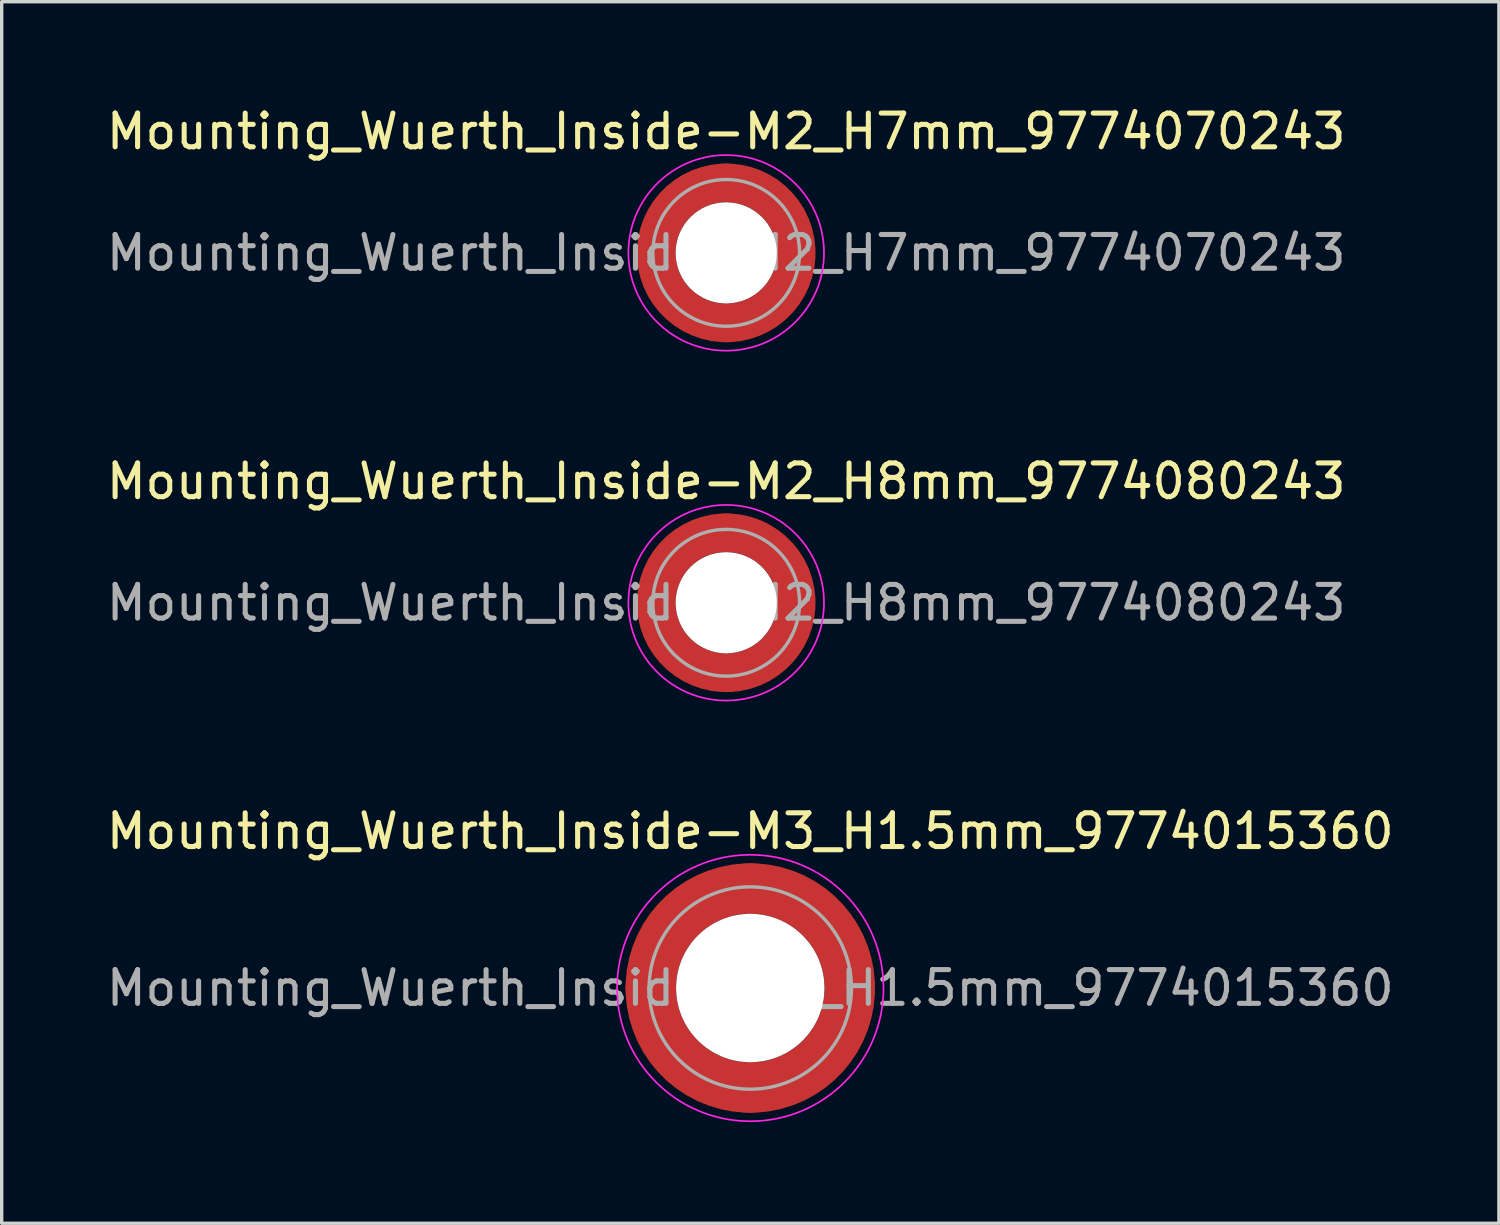
<source format=kicad_pcb>
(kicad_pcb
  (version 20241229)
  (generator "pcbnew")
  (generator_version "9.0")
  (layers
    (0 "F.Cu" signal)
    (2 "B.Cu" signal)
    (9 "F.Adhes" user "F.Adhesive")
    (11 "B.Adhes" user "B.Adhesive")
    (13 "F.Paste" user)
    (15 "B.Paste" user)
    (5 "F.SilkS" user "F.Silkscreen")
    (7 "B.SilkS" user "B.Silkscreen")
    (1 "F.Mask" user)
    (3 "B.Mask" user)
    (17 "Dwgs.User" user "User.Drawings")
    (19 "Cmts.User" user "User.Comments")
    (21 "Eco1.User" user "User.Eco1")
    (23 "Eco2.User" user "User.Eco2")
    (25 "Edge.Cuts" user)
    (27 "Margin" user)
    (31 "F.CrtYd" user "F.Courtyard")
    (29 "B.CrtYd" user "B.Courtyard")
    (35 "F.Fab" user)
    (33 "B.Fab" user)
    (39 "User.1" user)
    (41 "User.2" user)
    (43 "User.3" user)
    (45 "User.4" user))
  (footprint "Mounting_Wuerth_Inside-M2_H7mm_9774070243"
    (layer "F.Cu")
    (at 18.482 4.448)
    (property "Reference" "Mounting_Wuerth_Inside-M2_H7mm_9774070243" (at 0 -3.6 0) (layer "F.SilkS") (effects (font (size 1 1) (thickness 0.15))))
    (attr smd)
    (fp_circle (center 0 0) (end 2.9 0) (stroke (width 0.05) (type solid)) (fill no) (layer "F.CrtYd"))
    (fp_circle (center 0 0) (end 2.175 0) (stroke (width 0.1) (type solid)) (fill no) (layer "F.Fab"))
    (fp_text user "${REFERENCE}" (at 0 0 0) (layer "F.Fab") (effects (font (size 1 1) (thickness 0.15))))
    (pad "" smd custom (at -1.453 -1.453) (size 1.01 1.01) (layers "F.Paste") (options (anchor circle)) (primitives (gr_arc (start -0.262632 0.900604) (mid 0.178544 0.178544) (end 0.900604 -0.262632) (width 0.505)) (gr_arc (start -0.526231 0.900604) (mid 0 0) (end 0.900604 -0.526231) (width 0.505)) (gr_arc (start -0.787275 0.900604) (mid -0.178545 -0.178545) (end 0.900604 -0.787275) (width 0.505)) (gr_line (start 0.901 -0.263) (end 0.901 -0.787) (width 0.505)) (gr_line (start -0.263 0.901) (end -0.787 0.901) (width 0.505))))
    (pad "" smd custom (at -1.453 1.453) (size 1.01 1.01) (layers "F.Paste") (options (anchor circle)) (primitives (gr_arc (start 0.900604 0.262632) (mid 0.178544 -0.178544) (end -0.262632 -0.900604) (width 0.505)) (gr_arc (start 0.900604 0.526231) (mid 0 0) (end -0.526231 -0.900604) (width 0.505)) (gr_arc (start 0.900604 0.787275) (mid -0.178545 0.178545) (end -0.787275 -0.900604) (width 0.505)) (gr_line (start -0.263 -0.901) (end -0.787 -0.901) (width 0.505)) (gr_line (start 0.901 0.263) (end 0.901 0.787) (width 0.505))))
    (pad "" np_thru_hole circle (at 0 0) (size 3 3) (drill 3) (layers "*.Cu" "*.Mask"))
    (pad "" smd custom (at 1.453 -1.453) (size 1.01 1.01) (layers "F.Paste") (options (anchor circle)) (primitives (gr_arc (start -0.900604 -0.262632) (mid -0.178544 0.178544) (end 0.262632 0.900604) (width 0.505)) (gr_arc (start -0.900604 -0.526231) (mid 0 0) (end 0.526231 0.900604) (width 0.505)) (gr_arc (start -0.900604 -0.787275) (mid 0.178545 -0.178545) (end 0.787275 0.900604) (width 0.505)) (gr_line (start 0.263 0.901) (end 0.787 0.901) (width 0.505)) (gr_line (start -0.901 -0.263) (end -0.901 -0.787) (width 0.505))))
    (pad "" smd custom (at 1.453 1.453) (size 1.01 1.01) (layers "F.Paste") (options (anchor circle)) (primitives (gr_arc (start 0.262632 -0.900604) (mid -0.178544 -0.178544) (end -0.900604 0.262632) (width 0.505)) (gr_arc (start 0.526231 -0.900604) (mid 0 0) (end -0.900604 0.526231) (width 0.505)) (gr_arc (start 0.787275 -0.900604) (mid 0.178545 0.178545) (end -0.900604 0.787275) (width 0.505)) (gr_line (start -0.901 0.263) (end -0.901 0.787) (width 0.505)) (gr_line (start 0.263 -0.901) (end 0.787 -0.901) (width 0.505))))
    (pad "1" smd circle (at -2.075 0) (size 1.15 1.15) (layers "F.Cu"))
    (pad "1" smd circle (at 0 -2.075) (size 1.15 1.15) (layers "F.Cu"))
    (pad "1" smd circle (at 0 2.075) (size 1.15 1.15) (layers "F.Cu"))
    (pad "1" smd custom (at 2.075 0) (size 1.15 1.15) (layers "F.Cu" "F.Mask") (options (anchor circle)) (primitives (gr_circle (center -2.075 0) (end 0 0) (width 1.15) (fill no)))))
  (footprint "Mounting_Wuerth_Inside-M2_H8mm_9774080243"
    (layer "F.Cu")
    (at 18.482 14.822)
    (property "Reference" "Mounting_Wuerth_Inside-M2_H8mm_9774080243" (at 0 -3.6 0) (layer "F.SilkS") (effects (font (size 1 1) (thickness 0.15))))
    (attr smd)
    (fp_circle (center 0 0) (end 2.9 0) (stroke (width 0.05) (type solid)) (fill no) (layer "F.CrtYd"))
    (fp_circle (center 0 0) (end 2.175 0) (stroke (width 0.1) (type solid)) (fill no) (layer "F.Fab"))
    (fp_text user "${REFERENCE}" (at 0 0 0) (layer "F.Fab") (effects (font (size 1 1) (thickness 0.15))))
    (pad "" smd custom (at -1.453 -1.453) (size 1.01 1.01) (layers "F.Paste") (options (anchor circle)) (primitives (gr_arc (start -0.262632 0.900604) (mid 0.178544 0.178544) (end 0.900604 -0.262632) (width 0.505)) (gr_arc (start -0.526231 0.900604) (mid 0 0) (end 0.900604 -0.526231) (width 0.505)) (gr_arc (start -0.787275 0.900604) (mid -0.178545 -0.178545) (end 0.900604 -0.787275) (width 0.505)) (gr_line (start 0.901 -0.263) (end 0.901 -0.787) (width 0.505)) (gr_line (start -0.263 0.901) (end -0.787 0.901) (width 0.505))))
    (pad "" smd custom (at -1.453 1.453) (size 1.01 1.01) (layers "F.Paste") (options (anchor circle)) (primitives (gr_arc (start 0.900604 0.262632) (mid 0.178544 -0.178544) (end -0.262632 -0.900604) (width 0.505)) (gr_arc (start 0.900604 0.526231) (mid 0 0) (end -0.526231 -0.900604) (width 0.505)) (gr_arc (start 0.900604 0.787275) (mid -0.178545 0.178545) (end -0.787275 -0.900604) (width 0.505)) (gr_line (start -0.263 -0.901) (end -0.787 -0.901) (width 0.505)) (gr_line (start 0.901 0.263) (end 0.901 0.787) (width 0.505))))
    (pad "" np_thru_hole circle (at 0 0) (size 3 3) (drill 3) (layers "*.Cu" "*.Mask"))
    (pad "" smd custom (at 1.453 -1.453) (size 1.01 1.01) (layers "F.Paste") (options (anchor circle)) (primitives (gr_arc (start -0.900604 -0.262632) (mid -0.178544 0.178544) (end 0.262632 0.900604) (width 0.505)) (gr_arc (start -0.900604 -0.526231) (mid 0 0) (end 0.526231 0.900604) (width 0.505)) (gr_arc (start -0.900604 -0.787275) (mid 0.178545 -0.178545) (end 0.787275 0.900604) (width 0.505)) (gr_line (start 0.263 0.901) (end 0.787 0.901) (width 0.505)) (gr_line (start -0.901 -0.263) (end -0.901 -0.787) (width 0.505))))
    (pad "" smd custom (at 1.453 1.453) (size 1.01 1.01) (layers "F.Paste") (options (anchor circle)) (primitives (gr_arc (start 0.262632 -0.900604) (mid -0.178544 -0.178544) (end -0.900604 0.262632) (width 0.505)) (gr_arc (start 0.526231 -0.900604) (mid 0 0) (end -0.900604 0.526231) (width 0.505)) (gr_arc (start 0.787275 -0.900604) (mid 0.178545 0.178545) (end -0.900604 0.787275) (width 0.505)) (gr_line (start -0.901 0.263) (end -0.901 0.787) (width 0.505)) (gr_line (start 0.263 -0.901) (end 0.787 -0.901) (width 0.505))))
    (pad "1" smd circle (at -2.075 0) (size 1.15 1.15) (layers "F.Cu"))
    (pad "1" smd circle (at 0 -2.075) (size 1.15 1.15) (layers "F.Cu"))
    (pad "1" smd circle (at 0 2.075) (size 1.15 1.15) (layers "F.Cu"))
    (pad "1" smd custom (at 2.075 0) (size 1.15 1.15) (layers "F.Cu" "F.Mask") (options (anchor circle)) (primitives (gr_circle (center -2.075 0) (end 0 0) (width 1.15) (fill no)))))
  (footprint "Mounting_Wuerth_Inside-M3_H1.5mm_9774015360"
    (layer "F.Cu")
    (at 19.196 26.245)
    (property "Reference" "Mounting_Wuerth_Inside-M3_H1.5mm_9774015360" (at 0 -4.65 0) (layer "F.SilkS") (effects (font (size 1 1) (thickness 0.15))))
    (attr smd)
    (fp_circle (center 0 0) (end 3.95 0) (stroke (width 0.05) (type solid)) (fill no) (layer "F.CrtYd"))
    (fp_circle (center 0 0) (end 3 0) (stroke (width 0.1) (type solid)) (fill no) (layer "F.Fab"))
    (fp_text user "${REFERENCE}" (at 0 0 0) (layer "F.Fab") (effects (font (size 1 1) (thickness 0.15))))
    (pad "" smd custom (at -2.058 -2.058) (size 1.1 1.1) (layers "F.Paste") (options (anchor circle)) (primitives (gr_arc (start -0.524489 1.532681) (mid 0.194454 0.194454) (end 1.532681 -0.524489) (width 0.55)) (gr_arc (start -0.804569 1.532681) (mid 0 0) (end 1.532681 -0.804569) (width 0.55)) (gr_arc (start -1.083752 1.532681) (mid -0.194454 -0.194454) (end 1.532681 -1.083752) (width 0.55)) (gr_line (start 1.533 -0.524) (end 1.533 -1.084) (width 0.55)) (gr_line (start -0.524 1.533) (end -1.084 1.533) (width 0.55))))
    (pad "" smd custom (at -2.058 2.058) (size 1.1 1.1) (layers "F.Paste") (options (anchor circle)) (primitives (gr_arc (start 1.532681 0.524489) (mid 0.194454 -0.194454) (end -0.524489 -1.532681) (width 0.55)) (gr_arc (start 1.532681 0.804569) (mid 0 0) (end -0.804569 -1.532681) (width 0.55)) (gr_arc (start 1.532681 1.083752) (mid -0.194454 0.194454) (end -1.083752 -1.532681) (width 0.55)) (gr_line (start -0.524 -1.533) (end -1.084 -1.533) (width 0.55)) (gr_line (start 1.533 0.524) (end 1.533 1.084) (width 0.55))))
    (pad "" np_thru_hole circle (at 0 0) (size 4.4 4.4) (drill 4.4) (layers "*.Cu" "*.Mask"))
    (pad "" smd custom (at 2.058 -2.058) (size 1.1 1.1) (layers "F.Paste") (options (anchor circle)) (primitives (gr_arc (start -1.532681 -0.524489) (mid -0.194454 0.194454) (end 0.524489 1.532681) (width 0.55)) (gr_arc (start -1.532681 -0.804569) (mid 0 0) (end 0.804569 1.532681) (width 0.55)) (gr_arc (start -1.532681 -1.083752) (mid 0.194454 -0.194454) (end 1.083752 1.532681) (width 0.55)) (gr_line (start 0.524 1.533) (end 1.084 1.533) (width 0.55)) (gr_line (start -1.533 -0.524) (end -1.533 -1.084) (width 0.55))))
    (pad "" smd custom (at 2.058 2.058) (size 1.1 1.1) (layers "F.Paste") (options (anchor circle)) (primitives (gr_arc (start 0.524489 -1.532681) (mid -0.194454 -0.194454) (end -1.532681 0.524489) (width 0.55)) (gr_arc (start 0.804569 -1.532681) (mid 0 0) (end -1.532681 0.804569) (width 0.55)) (gr_arc (start 1.083752 -1.532681) (mid 0.194454 0.194454) (end -1.532681 1.083752) (width 0.55)) (gr_line (start -1.533 0.524) (end -1.533 1.084) (width 0.55)) (gr_line (start 0.524 -1.533) (end 1.084 -1.533) (width 0.55))))
    (pad "1" smd circle (at -2.95 0) (size 1.5 1.5) (layers "F.Cu"))
    (pad "1" smd circle (at 0 -2.95) (size 1.5 1.5) (layers "F.Cu"))
    (pad "1" smd circle (at 0 2.95) (size 1.5 1.5) (layers "F.Cu"))
    (pad "1" smd custom (at 2.95 0) (size 1.5 1.5) (layers "F.Cu" "F.Mask") (options (anchor circle)) (primitives (gr_circle (center -2.95 0) (end 0 0) (width 1.5) (fill no)))))
  (gr_rect
    (start -3 -3)
    (end 41.393 33.22)
    (stroke (width 0.1) (type default))
    (fill no)
    (layer "Edge.Cuts")))
</source>
